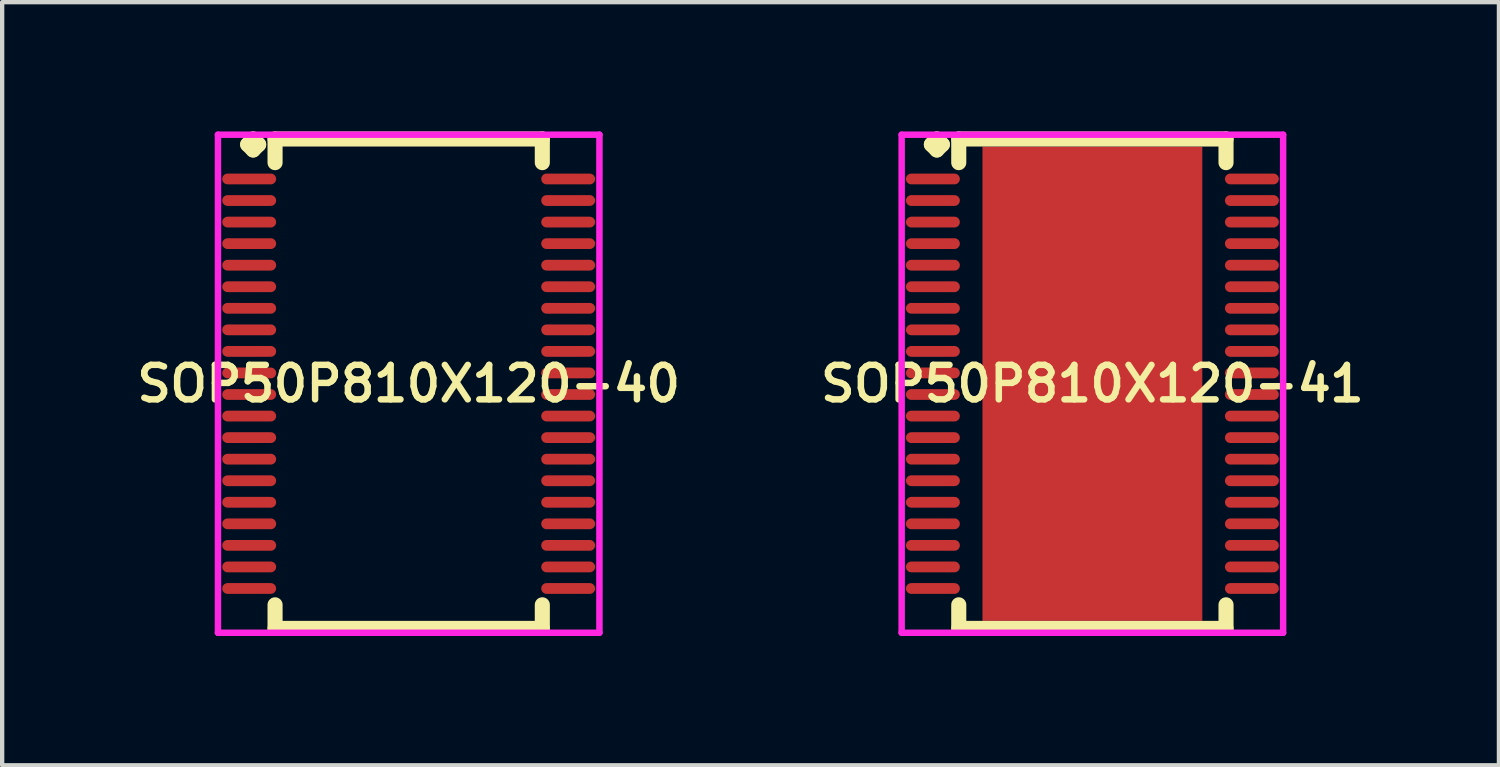
<source format=kicad_pcb>
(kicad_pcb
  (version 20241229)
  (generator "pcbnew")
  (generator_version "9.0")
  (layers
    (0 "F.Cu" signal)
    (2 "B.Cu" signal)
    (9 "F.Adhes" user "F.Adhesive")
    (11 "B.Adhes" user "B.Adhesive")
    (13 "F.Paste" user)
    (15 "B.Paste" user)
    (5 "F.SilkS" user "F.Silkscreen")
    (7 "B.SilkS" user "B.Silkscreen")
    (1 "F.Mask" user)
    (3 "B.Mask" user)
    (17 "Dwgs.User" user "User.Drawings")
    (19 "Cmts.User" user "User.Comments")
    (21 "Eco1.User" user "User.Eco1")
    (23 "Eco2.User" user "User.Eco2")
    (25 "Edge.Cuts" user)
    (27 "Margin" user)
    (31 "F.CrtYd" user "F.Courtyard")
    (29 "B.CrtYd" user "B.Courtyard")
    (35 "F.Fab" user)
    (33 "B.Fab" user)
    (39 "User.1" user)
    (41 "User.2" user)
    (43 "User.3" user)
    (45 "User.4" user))
  (footprint "SOP50P810X120-40"
    (layer "F.Cu")
    (at 6.431 5.852)
    (property "Reference" "SOP50P810X120-40" (at 0 0 0) (layer "F.SilkS") (effects (font (size 0.8 0.8) (thickness 0.15))))
    (attr through_hole)
    (fp_line (start -3.735 -5.55) (end -3.608 -5.677) (stroke (width 0.35) (type solid)) (layer "F.SilkS"))
    (fp_line (start -3.608 -5.677) (end -3.481 -5.55) (stroke (width 0.35) (type solid)) (layer "F.SilkS"))
    (fp_line (start -3.608 -5.423) (end -3.735 -5.55) (stroke (width 0.35) (type solid)) (layer "F.SilkS"))
    (fp_line (start -3.481 -5.55) (end -3.608 -5.423) (stroke (width 0.35) (type solid)) (layer "F.SilkS"))
    (fp_line (start -3.1 -5.677) (end 3.1 -5.677) (stroke (width 0.35) (type solid)) (layer "F.SilkS"))
    (fp_line (start -3.1 -5.129) (end -3.1 -5.677) (stroke (width 0.35) (type solid)) (layer "F.SilkS"))
    (fp_line (start -3.1 5.129) (end -3.1 5.677) (stroke (width 0.35) (type solid)) (layer "F.SilkS"))
    (fp_line (start -3.1 5.677) (end 3.1 5.677) (stroke (width 0.35) (type solid)) (layer "F.SilkS"))
    (fp_line (start 3.1 -5.677) (end 3.1 -5.129) (stroke (width 0.35) (type solid)) (layer "F.SilkS"))
    (fp_line (start 3.1 5.677) (end 3.1 5.129) (stroke (width 0.35) (type solid)) (layer "F.SilkS"))
    (fp_line (start -4.425 -5.777) (end 4.425 -5.777) (stroke (width 0.15) (type solid)) (layer "F.CrtYd"))
    (fp_line (start -4.425 5.777) (end -4.425 -5.777) (stroke (width 0.15) (type solid)) (layer "F.CrtYd"))
    (fp_line (start 4.425 -5.777) (end 4.425 5.777) (stroke (width 0.15) (type solid)) (layer "F.CrtYd"))
    (fp_line (start 4.425 5.777) (end -4.425 5.777) (stroke (width 0.15) (type solid)) (layer "F.CrtYd"))
    (pad "1" smd oval (at -3.7 -4.75) (size 1.25 0.25) (layers "F.Cu" "F.Mask" "F.Paste"))
    (pad "2" smd oval (at -3.7 -4.25) (size 1.25 0.25) (layers "F.Cu" "F.Mask" "F.Paste"))
    (pad "3" smd oval (at -3.7 -3.75) (size 1.25 0.25) (layers "F.Cu" "F.Mask" "F.Paste"))
    (pad "4" smd oval (at -3.7 -3.25) (size 1.25 0.25) (layers "F.Cu" "F.Mask" "F.Paste"))
    (pad "5" smd oval (at -3.7 -2.75) (size 1.25 0.25) (layers "F.Cu" "F.Mask" "F.Paste"))
    (pad "6" smd oval (at -3.7 -2.25) (size 1.25 0.25) (layers "F.Cu" "F.Mask" "F.Paste"))
    (pad "7" smd oval (at -3.7 -1.75) (size 1.25 0.25) (layers "F.Cu" "F.Mask" "F.Paste"))
    (pad "8" smd oval (at -3.7 -1.25) (size 1.25 0.25) (layers "F.Cu" "F.Mask" "F.Paste"))
    (pad "9" smd oval (at -3.7 -0.75) (size 1.25 0.25) (layers "F.Cu" "F.Mask" "F.Paste"))
    (pad "10" smd oval (at -3.7 -0.25) (size 1.25 0.25) (layers "F.Cu" "F.Mask" "F.Paste"))
    (pad "11" smd oval (at -3.7 0.25) (size 1.25 0.25) (layers "F.Cu" "F.Mask" "F.Paste"))
    (pad "12" smd oval (at -3.7 0.75) (size 1.25 0.25) (layers "F.Cu" "F.Mask" "F.Paste"))
    (pad "13" smd oval (at -3.7 1.25) (size 1.25 0.25) (layers "F.Cu" "F.Mask" "F.Paste"))
    (pad "14" smd oval (at -3.7 1.75) (size 1.25 0.25) (layers "F.Cu" "F.Mask" "F.Paste"))
    (pad "15" smd oval (at -3.7 2.25) (size 1.25 0.25) (layers "F.Cu" "F.Mask" "F.Paste"))
    (pad "16" smd oval (at -3.7 2.75) (size 1.25 0.25) (layers "F.Cu" "F.Mask" "F.Paste"))
    (pad "17" smd oval (at -3.7 3.25) (size 1.25 0.25) (layers "F.Cu" "F.Mask" "F.Paste"))
    (pad "18" smd oval (at -3.7 3.75) (size 1.25 0.25) (layers "F.Cu" "F.Mask" "F.Paste"))
    (pad "19" smd oval (at -3.7 4.25) (size 1.25 0.25) (layers "F.Cu" "F.Mask" "F.Paste"))
    (pad "20" smd oval (at -3.7 4.75) (size 1.25 0.25) (layers "F.Cu" "F.Mask" "F.Paste"))
    (pad "21" smd oval (at 3.7 4.75) (size 1.25 0.25) (layers "F.Cu" "F.Mask" "F.Paste"))
    (pad "22" smd oval (at 3.7 4.25) (size 1.25 0.25) (layers "F.Cu" "F.Mask" "F.Paste"))
    (pad "23" smd oval (at 3.7 3.75) (size 1.25 0.25) (layers "F.Cu" "F.Mask" "F.Paste"))
    (pad "24" smd oval (at 3.7 3.25) (size 1.25 0.25) (layers "F.Cu" "F.Mask" "F.Paste"))
    (pad "25" smd oval (at 3.7 2.75) (size 1.25 0.25) (layers "F.Cu" "F.Mask" "F.Paste"))
    (pad "26" smd oval (at 3.7 2.25) (size 1.25 0.25) (layers "F.Cu" "F.Mask" "F.Paste"))
    (pad "27" smd oval (at 3.7 1.75) (size 1.25 0.25) (layers "F.Cu" "F.Mask" "F.Paste"))
    (pad "28" smd oval (at 3.7 1.25) (size 1.25 0.25) (layers "F.Cu" "F.Mask" "F.Paste"))
    (pad "29" smd oval (at 3.7 0.75) (size 1.25 0.25) (layers "F.Cu" "F.Mask" "F.Paste"))
    (pad "30" smd oval (at 3.7 0.25) (size 1.25 0.25) (layers "F.Cu" "F.Mask" "F.Paste"))
    (pad "31" smd oval (at 3.7 -0.25) (size 1.25 0.25) (layers "F.Cu" "F.Mask" "F.Paste"))
    (pad "32" smd oval (at 3.7 -0.75) (size 1.25 0.25) (layers "F.Cu" "F.Mask" "F.Paste"))
    (pad "33" smd oval (at 3.7 -1.25) (size 1.25 0.25) (layers "F.Cu" "F.Mask" "F.Paste"))
    (pad "34" smd oval (at 3.7 -1.75) (size 1.25 0.25) (layers "F.Cu" "F.Mask" "F.Paste"))
    (pad "35" smd oval (at 3.7 -2.25) (size 1.25 0.25) (layers "F.Cu" "F.Mask" "F.Paste"))
    (pad "36" smd oval (at 3.7 -2.75) (size 1.25 0.25) (layers "F.Cu" "F.Mask" "F.Paste"))
    (pad "37" smd oval (at 3.7 -3.25) (size 1.25 0.25) (layers "F.Cu" "F.Mask" "F.Paste"))
    (pad "38" smd oval (at 3.7 -3.75) (size 1.25 0.25) (layers "F.Cu" "F.Mask" "F.Paste"))
    (pad "39" smd oval (at 3.7 -4.25) (size 1.25 0.25) (layers "F.Cu" "F.Mask" "F.Paste"))
    (pad "40" smd oval (at 3.7 -4.75) (size 1.25 0.25) (layers "F.Cu" "F.Mask" "F.Paste")))
  (footprint "SOP50P810X120-41"
    (layer "F.Cu")
    (at 22.292 5.852)
    (property "Reference" "SOP50P810X120-41" (at 0 0 0) (layer "F.SilkS") (effects (font (size 0.8 0.8) (thickness 0.15))))
    (attr through_hole)
    (fp_line (start -3.735 -5.55) (end -3.608 -5.677) (stroke (width 0.35) (type solid)) (layer "F.SilkS"))
    (fp_line (start -3.608 -5.677) (end -3.481 -5.55) (stroke (width 0.35) (type solid)) (layer "F.SilkS"))
    (fp_line (start -3.608 -5.423) (end -3.735 -5.55) (stroke (width 0.35) (type solid)) (layer "F.SilkS"))
    (fp_line (start -3.481 -5.55) (end -3.608 -5.423) (stroke (width 0.35) (type solid)) (layer "F.SilkS"))
    (fp_line (start -3.1 -5.677) (end 3.1 -5.677) (stroke (width 0.35) (type solid)) (layer "F.SilkS"))
    (fp_line (start -3.1 -5.129) (end -3.1 -5.677) (stroke (width 0.35) (type solid)) (layer "F.SilkS"))
    (fp_line (start -3.1 5.129) (end -3.1 5.677) (stroke (width 0.35) (type solid)) (layer "F.SilkS"))
    (fp_line (start -3.1 5.677) (end 3.1 5.677) (stroke (width 0.35) (type solid)) (layer "F.SilkS"))
    (fp_line (start 3.1 -5.677) (end 3.1 -5.129) (stroke (width 0.35) (type solid)) (layer "F.SilkS"))
    (fp_line (start 3.1 5.677) (end 3.1 5.129) (stroke (width 0.35) (type solid)) (layer "F.SilkS"))
    (fp_line (start -4.425 -5.777) (end 4.425 -5.777) (stroke (width 0.15) (type solid)) (layer "F.CrtYd"))
    (fp_line (start -4.425 5.777) (end -4.425 -5.777) (stroke (width 0.15) (type solid)) (layer "F.CrtYd"))
    (fp_line (start 4.425 -5.777) (end 4.425 5.777) (stroke (width 0.15) (type solid)) (layer "F.CrtYd"))
    (fp_line (start 4.425 5.777) (end -4.425 5.777) (stroke (width 0.15) (type solid)) (layer "F.CrtYd"))
    (pad "1" smd oval (at -3.7 -4.75) (size 1.25 0.25) (layers "F.Cu" "F.Mask" "F.Paste"))
    (pad "2" smd oval (at -3.7 -4.25) (size 1.25 0.25) (layers "F.Cu" "F.Mask" "F.Paste"))
    (pad "3" smd oval (at -3.7 -3.75) (size 1.25 0.25) (layers "F.Cu" "F.Mask" "F.Paste"))
    (pad "4" smd oval (at -3.7 -3.25) (size 1.25 0.25) (layers "F.Cu" "F.Mask" "F.Paste"))
    (pad "5" smd oval (at -3.7 -2.75) (size 1.25 0.25) (layers "F.Cu" "F.Mask" "F.Paste"))
    (pad "6" smd oval (at -3.7 -2.25) (size 1.25 0.25) (layers "F.Cu" "F.Mask" "F.Paste"))
    (pad "7" smd oval (at -3.7 -1.75) (size 1.25 0.25) (layers "F.Cu" "F.Mask" "F.Paste"))
    (pad "8" smd oval (at -3.7 -1.25) (size 1.25 0.25) (layers "F.Cu" "F.Mask" "F.Paste"))
    (pad "9" smd oval (at -3.7 -0.75) (size 1.25 0.25) (layers "F.Cu" "F.Mask" "F.Paste"))
    (pad "10" smd oval (at -3.7 -0.25) (size 1.25 0.25) (layers "F.Cu" "F.Mask" "F.Paste"))
    (pad "11" smd oval (at -3.7 0.25) (size 1.25 0.25) (layers "F.Cu" "F.Mask" "F.Paste"))
    (pad "12" smd oval (at -3.7 0.75) (size 1.25 0.25) (layers "F.Cu" "F.Mask" "F.Paste"))
    (pad "13" smd oval (at -3.7 1.25) (size 1.25 0.25) (layers "F.Cu" "F.Mask" "F.Paste"))
    (pad "14" smd oval (at -3.7 1.75) (size 1.25 0.25) (layers "F.Cu" "F.Mask" "F.Paste"))
    (pad "15" smd oval (at -3.7 2.25) (size 1.25 0.25) (layers "F.Cu" "F.Mask" "F.Paste"))
    (pad "16" smd oval (at -3.7 2.75) (size 1.25 0.25) (layers "F.Cu" "F.Mask" "F.Paste"))
    (pad "17" smd oval (at -3.7 3.25) (size 1.25 0.25) (layers "F.Cu" "F.Mask" "F.Paste"))
    (pad "18" smd oval (at -3.7 3.75) (size 1.25 0.25) (layers "F.Cu" "F.Mask" "F.Paste"))
    (pad "19" smd oval (at -3.7 4.25) (size 1.25 0.25) (layers "F.Cu" "F.Mask" "F.Paste"))
    (pad "20" smd oval (at -3.7 4.75) (size 1.25 0.25) (layers "F.Cu" "F.Mask" "F.Paste"))
    (pad "21" smd oval (at 3.7 4.75) (size 1.25 0.25) (layers "F.Cu" "F.Mask" "F.Paste"))
    (pad "22" smd oval (at 3.7 4.25) (size 1.25 0.25) (layers "F.Cu" "F.Mask" "F.Paste"))
    (pad "23" smd oval (at 3.7 3.75) (size 1.25 0.25) (layers "F.Cu" "F.Mask" "F.Paste"))
    (pad "24" smd oval (at 3.7 3.25) (size 1.25 0.25) (layers "F.Cu" "F.Mask" "F.Paste"))
    (pad "25" smd oval (at 3.7 2.75) (size 1.25 0.25) (layers "F.Cu" "F.Mask" "F.Paste"))
    (pad "26" smd oval (at 3.7 2.25) (size 1.25 0.25) (layers "F.Cu" "F.Mask" "F.Paste"))
    (pad "27" smd oval (at 3.7 1.75) (size 1.25 0.25) (layers "F.Cu" "F.Mask" "F.Paste"))
    (pad "28" smd oval (at 3.7 1.25) (size 1.25 0.25) (layers "F.Cu" "F.Mask" "F.Paste"))
    (pad "29" smd oval (at 3.7 0.75) (size 1.25 0.25) (layers "F.Cu" "F.Mask" "F.Paste"))
    (pad "30" smd oval (at 3.7 0.25) (size 1.25 0.25) (layers "F.Cu" "F.Mask" "F.Paste"))
    (pad "31" smd oval (at 3.7 -0.25) (size 1.25 0.25) (layers "F.Cu" "F.Mask" "F.Paste"))
    (pad "32" smd oval (at 3.7 -0.75) (size 1.25 0.25) (layers "F.Cu" "F.Mask" "F.Paste"))
    (pad "33" smd oval (at 3.7 -1.25) (size 1.25 0.25) (layers "F.Cu" "F.Mask" "F.Paste"))
    (pad "34" smd oval (at 3.7 -1.75) (size 1.25 0.25) (layers "F.Cu" "F.Mask" "F.Paste"))
    (pad "35" smd oval (at 3.7 -2.25) (size 1.25 0.25) (layers "F.Cu" "F.Mask" "F.Paste"))
    (pad "36" smd oval (at 3.7 -2.75) (size 1.25 0.25) (layers "F.Cu" "F.Mask" "F.Paste"))
    (pad "37" smd oval (at 3.7 -3.25) (size 1.25 0.25) (layers "F.Cu" "F.Mask" "F.Paste"))
    (pad "38" smd oval (at 3.7 -3.75) (size 1.25 0.25) (layers "F.Cu" "F.Mask" "F.Paste"))
    (pad "39" smd oval (at 3.7 -4.25) (size 1.25 0.25) (layers "F.Cu" "F.Mask" "F.Paste"))
    (pad "40" smd oval (at 3.7 -4.75) (size 1.25 0.25) (layers "F.Cu" "F.Mask" "F.Paste"))
    (pad "41" smd rect (at 0 0) (size 5.1 11) (layers "F.Cu" "F.Mask" "F.Paste")))
  (gr_rect
    (start -3 -3)
    (end 31.723 14.704)
    (stroke (width 0.1) (type default))
    (fill no)
    (layer "Edge.Cuts")))
</source>
